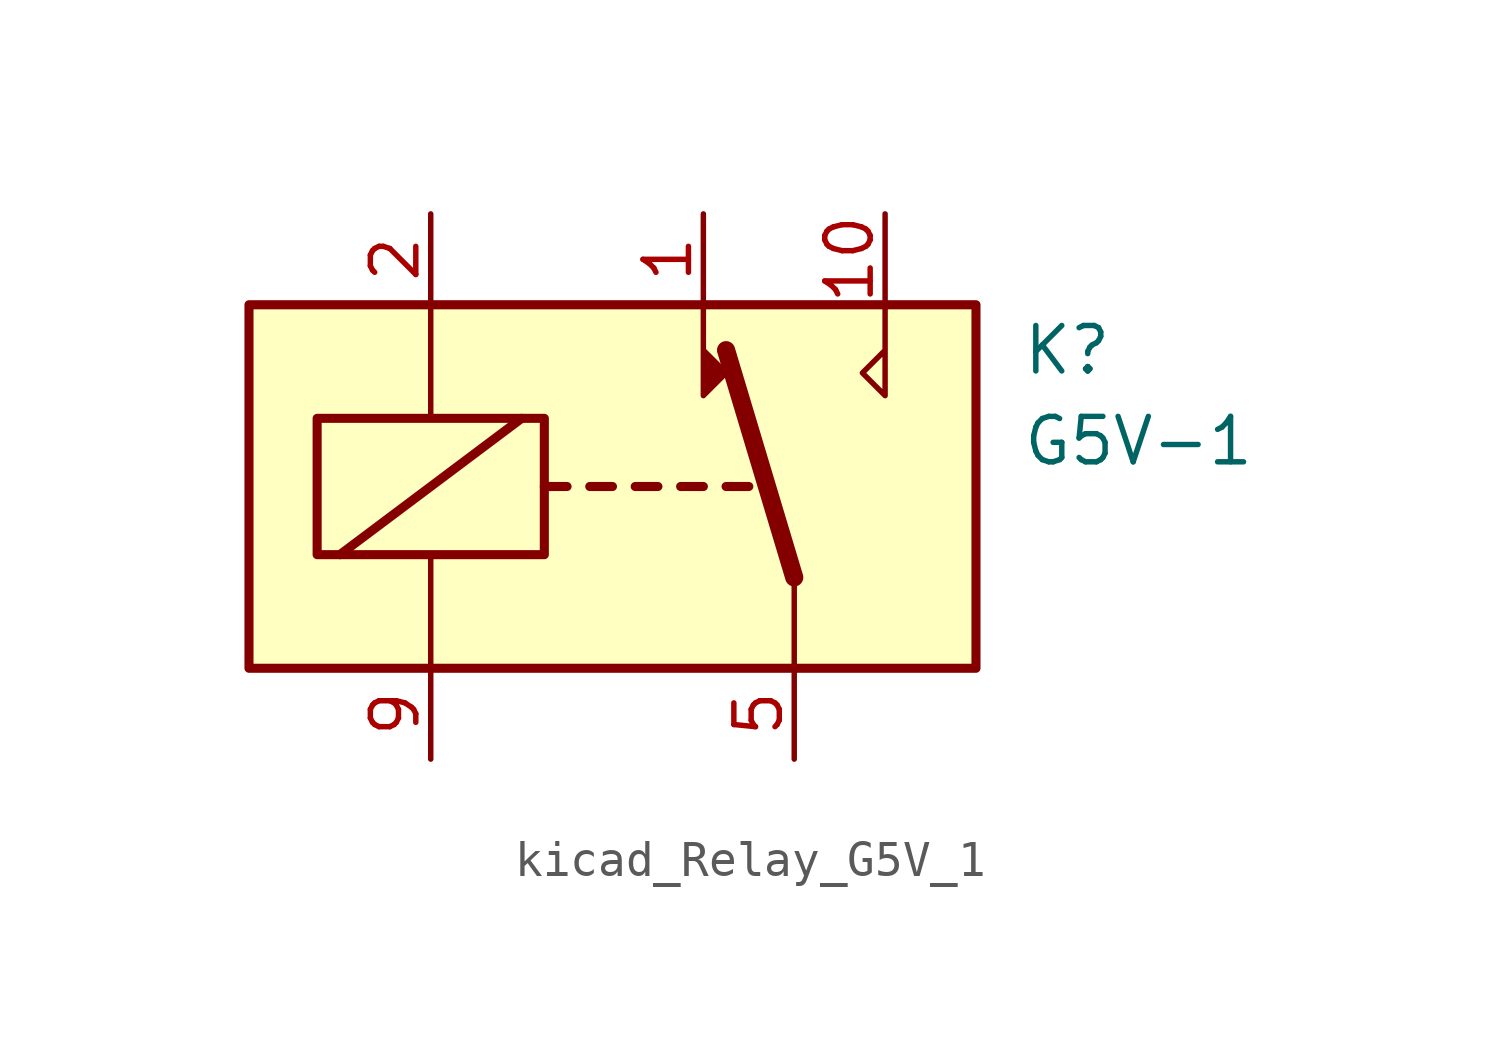
<source format=kicad_sym>
(kicad_symbol_lib
  (version 20220914)
  (generator kicad_symbol_editor)
  (symbol "kicad_Relay_G5V_1"
    (property "Reference" "K"
      (at 11.43 3.81 0)
      (effects (font (size 1.27 1.27)) (justify left)))
    (property "Value" "G5V-1"
      (at 11.43 1.27 0)
      (effects (font (size 1.27 1.27)) (justify left)))
    (symbol "kicad_Relay_G5V_1_0_0"
      (polyline (pts (xy 7.62 5.08) (xy 7.62 2.54) (xy 6.985 3.175) (xy 7.62 3.81)) (stroke (width 0) (type default)) (fill (type none))))
    (symbol "kicad_Relay_G5V_1_0_1"
      (rectangle (start -10.16 5.08) (end 10.16 -5.08) (stroke (width 0.254) (type default)) (fill (type background)))
      (rectangle (start -8.255 1.905) (end -1.905 -1.905) (stroke (width 0.254) (type default)) (fill (type none)))
      (polyline (pts (xy -7.62 -1.905) (xy -2.54 1.905)) (stroke (width 0.254) (type default)) (fill (type none)))
      (polyline (pts (xy -5.08 -5.08) (xy -5.08 -1.905)) (stroke (width 0) (type default)) (fill (type none)))
      (polyline (pts (xy -5.08 5.08) (xy -5.08 1.905)) (stroke (width 0) (type default)) (fill (type none)))
      (polyline (pts (xy -1.905 0) (xy -1.27 0)) (stroke (width 0.254) (type default)) (fill (type none)))
      (polyline (pts (xy -0.635 0) (xy 0 0)) (stroke (width 0.254) (type default)) (fill (type none)))
      (polyline (pts (xy 0.635 0) (xy 1.27 0)) (stroke (width 0.254) (type default)) (fill (type none)))
      (polyline (pts (xy 1.905 0) (xy 2.54 0)) (stroke (width 0.254) (type default)) (fill (type none)))
      (polyline (pts (xy 3.175 0) (xy 3.81 0)) (stroke (width 0.254) (type default)) (fill (type none)))
      (polyline (pts (xy 5.08 -2.54) (xy 3.175 3.81)) (stroke (width 0.508) (type default)) (fill (type none)))
      (polyline (pts (xy 5.08 -2.54) (xy 5.08 -5.08)) (stroke (width 0) (type default)) (fill (type none)))
      (polyline (pts (xy 2.54 5.08) (xy 2.54 2.54) (xy 3.175 3.175) (xy 2.54 3.81)) (stroke (width 0) (type default)) (fill (type outline))))
    (symbol "kicad_Relay_G5V_1_1_1"
      (pin passive line (at 2.54 7.62 270) (length 2.54) (name "~" (effects (font (size 1.27 1.27)))) (number "1" (effects (font (size 1.27 1.27)))))
      (pin passive line (at 7.62 7.62 270) (length 2.54) (name "~" (effects (font (size 1.27 1.27)))) (number "10" (effects (font (size 1.27 1.27)))))
      (pin passive line (at -5.08 7.62 270) (length 2.54) (name "~" (effects (font (size 1.27 1.27)))) (number "2" (effects (font (size 1.27 1.27)))))
      (pin passive line (at 5.08 -7.62 90) (length 2.54) (name "~" (effects (font (size 1.27 1.27)))) (number "5" (effects (font (size 1.27 1.27)))))
      (pin passive line (at 5.08 -7.62 90) (length 2.54) hide (name "~" (effects (font (size 1.27 1.27)))) (number "6" (effects (font (size 1.27 1.27)))))
      (pin passive line (at -5.08 -7.62 90) (length 2.54) (name "~" (effects (font (size 1.27 1.27)))) (number "9" (effects (font (size 1.27 1.27))))))))
</source>
